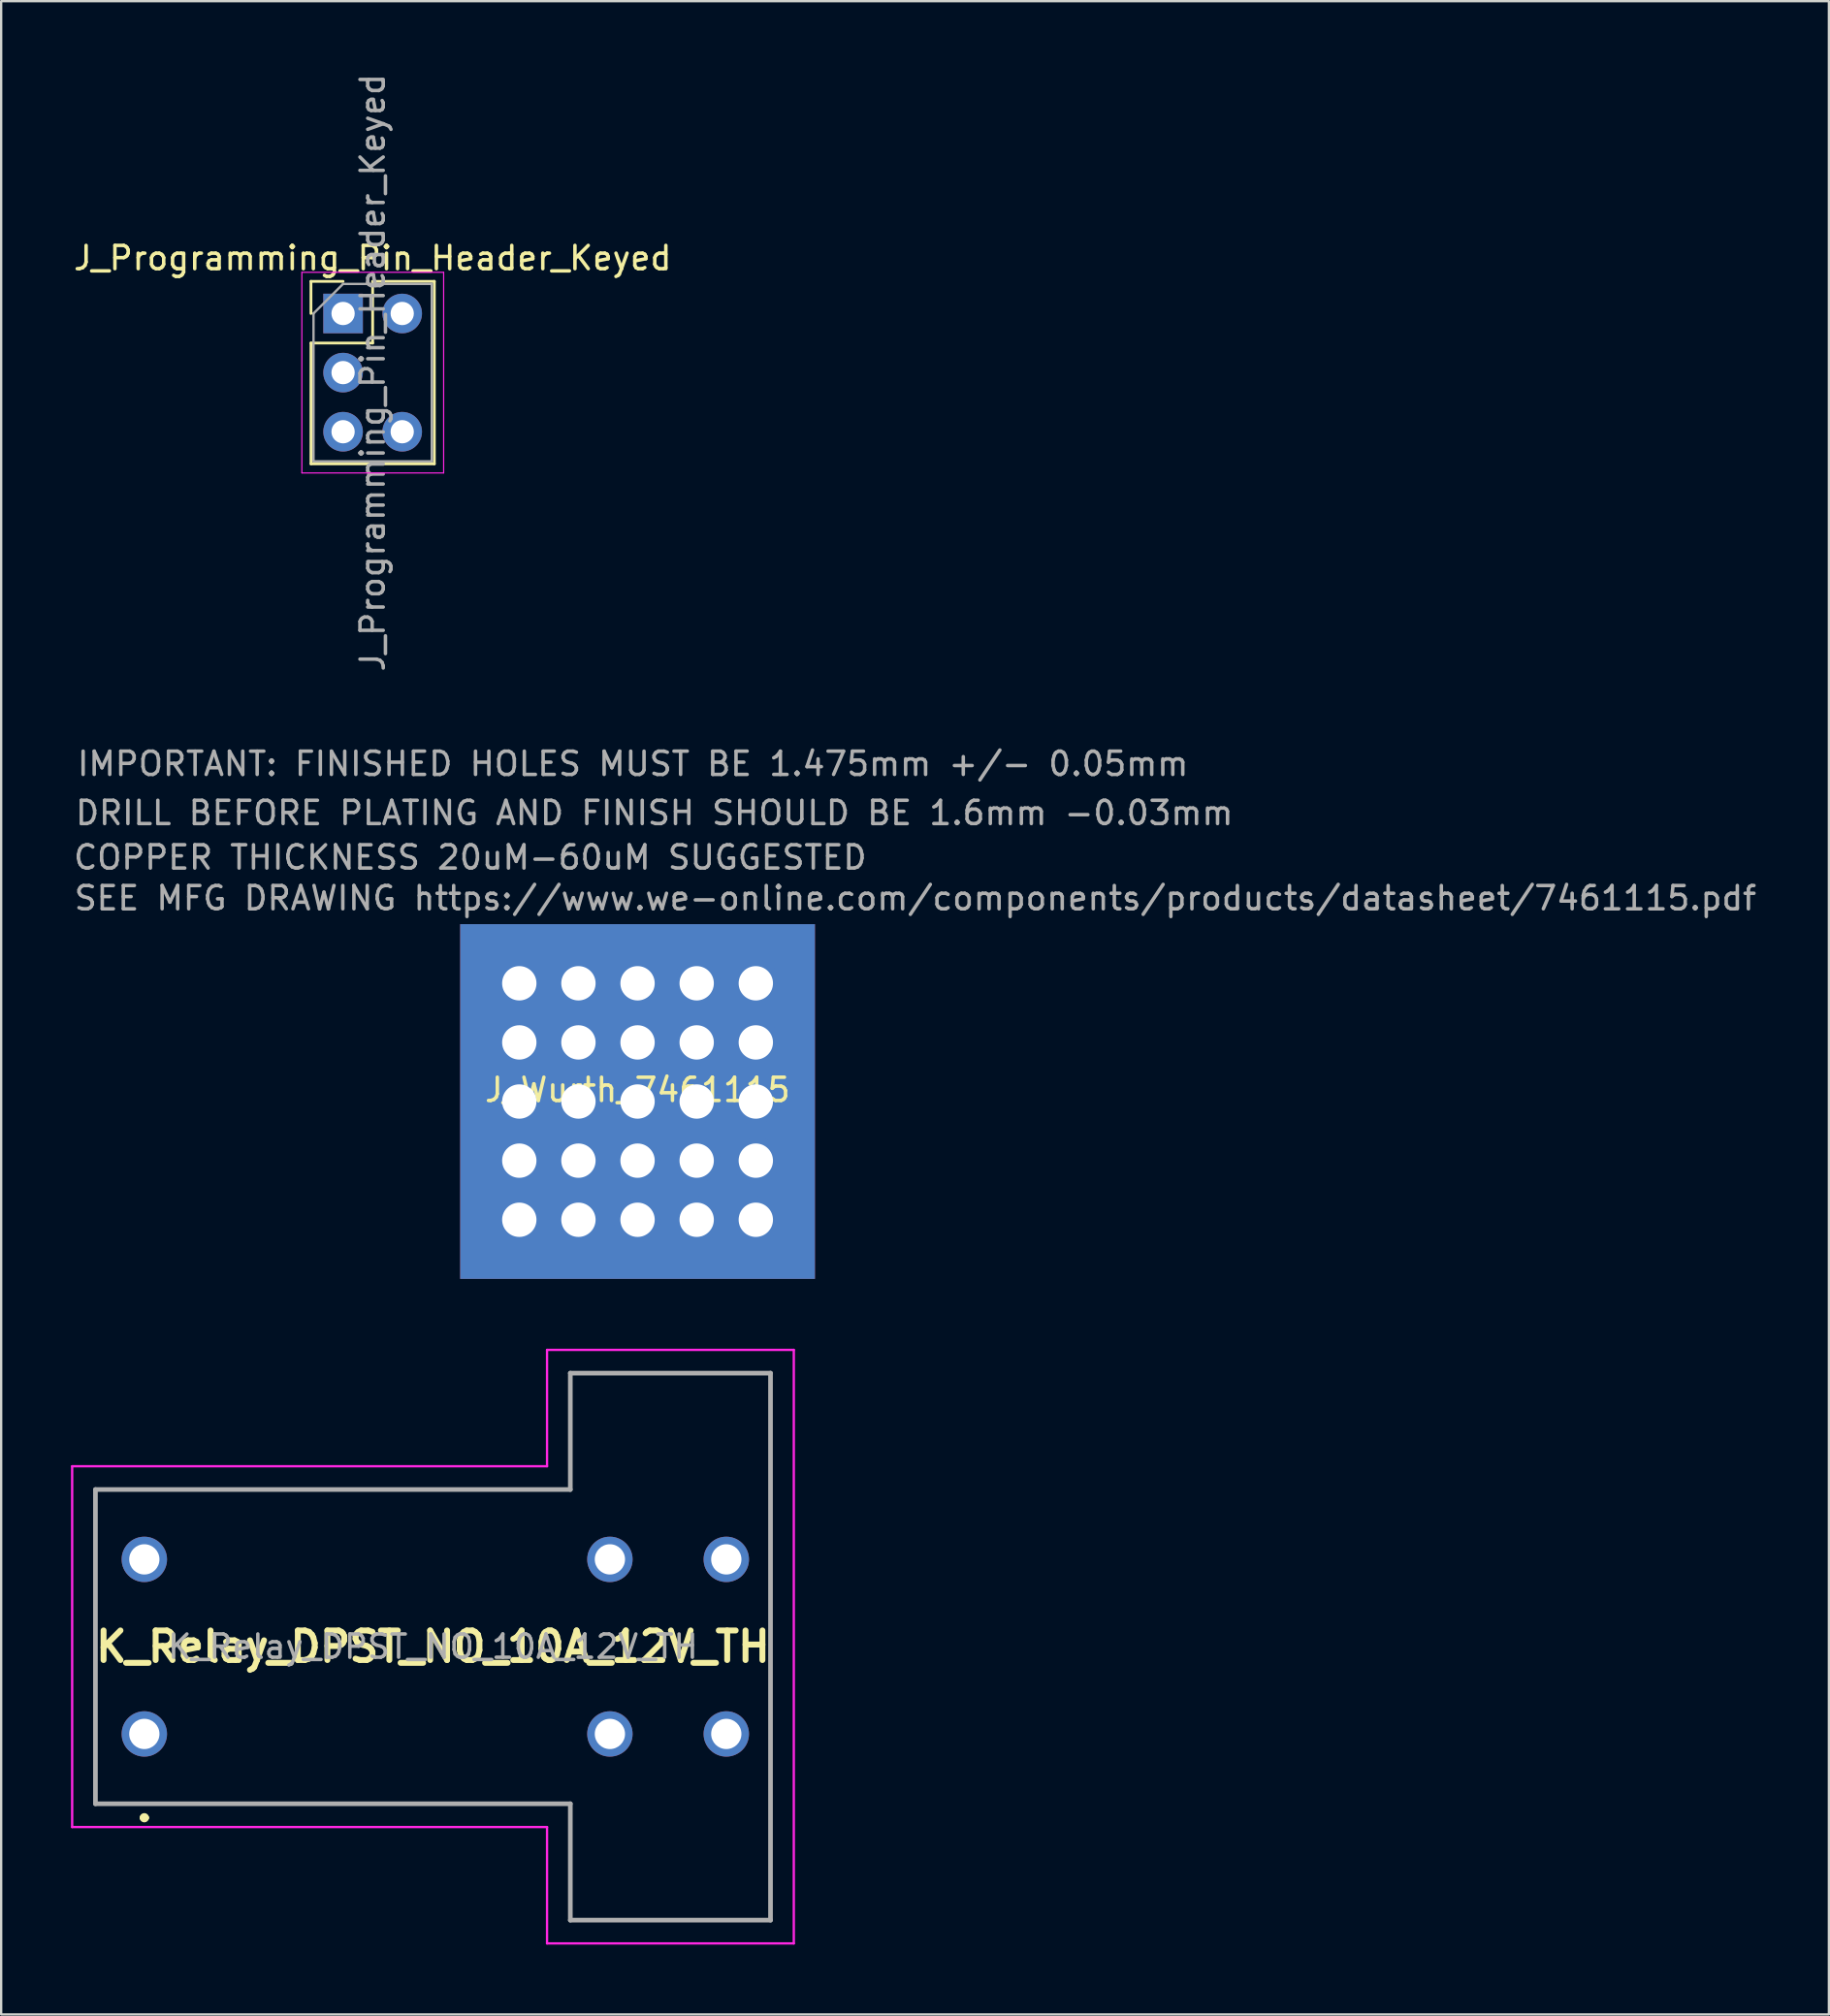
<source format=kicad_pcb>
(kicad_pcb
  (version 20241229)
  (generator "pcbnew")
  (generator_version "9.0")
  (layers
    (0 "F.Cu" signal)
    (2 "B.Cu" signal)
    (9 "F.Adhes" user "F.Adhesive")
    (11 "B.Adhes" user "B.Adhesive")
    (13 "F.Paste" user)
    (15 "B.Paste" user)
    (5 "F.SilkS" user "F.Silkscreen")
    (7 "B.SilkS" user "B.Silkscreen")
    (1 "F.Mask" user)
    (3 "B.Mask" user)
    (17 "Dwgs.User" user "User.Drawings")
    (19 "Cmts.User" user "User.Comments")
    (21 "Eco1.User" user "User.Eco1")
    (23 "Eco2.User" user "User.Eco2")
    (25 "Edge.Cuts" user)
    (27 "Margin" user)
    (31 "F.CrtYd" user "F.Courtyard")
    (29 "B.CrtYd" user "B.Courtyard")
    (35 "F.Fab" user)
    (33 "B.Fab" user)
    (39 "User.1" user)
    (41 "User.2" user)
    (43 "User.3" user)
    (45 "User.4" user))
  (footprint "J_Programming_Pin_Header_Keyed"
    (layer "F.Cu")
    (at 11.688 10.418)
    (property "Reference" "J_Programming_Pin_Header_Keyed" (at 1.27 -2.38 0) (layer "F.SilkS") (effects (font (size 1 1) (thickness 0.15))))
    (attr through_hole)
    (fp_line (start -1.38 -1.38) (end 0 -1.38) (stroke (width 0.12) (type solid)) (layer "F.SilkS"))
    (fp_line (start -1.38 0) (end -1.38 -1.38) (stroke (width 0.12) (type solid)) (layer "F.SilkS"))
    (fp_line (start -1.38 1.27) (end -1.38 6.46) (stroke (width 0.12) (type solid)) (layer "F.SilkS"))
    (fp_line (start -1.38 1.27) (end 1.27 1.27) (stroke (width 0.12) (type solid)) (layer "F.SilkS"))
    (fp_line (start -1.38 6.46) (end 3.92 6.46) (stroke (width 0.12) (type solid)) (layer "F.SilkS"))
    (fp_line (start 1.27 -1.38) (end 3.92 -1.38) (stroke (width 0.12) (type solid)) (layer "F.SilkS"))
    (fp_line (start 1.27 1.27) (end 1.27 -1.38) (stroke (width 0.12) (type solid)) (layer "F.SilkS"))
    (fp_line (start 3.92 -1.38) (end 3.92 6.46) (stroke (width 0.12) (type solid)) (layer "F.SilkS"))
    (fp_line (start -1.77 -1.77) (end -1.77 6.85) (stroke (width 0.05) (type solid)) (layer "F.CrtYd"))
    (fp_line (start -1.77 6.85) (end 4.32 6.85) (stroke (width 0.05) (type solid)) (layer "F.CrtYd"))
    (fp_line (start 4.32 -1.77) (end -1.77 -1.77) (stroke (width 0.05) (type solid)) (layer "F.CrtYd"))
    (fp_line (start 4.32 6.85) (end 4.32 -1.77) (stroke (width 0.05) (type solid)) (layer "F.CrtYd"))
    (fp_line (start -1.27 0) (end 0 -1.27) (stroke (width 0.1) (type solid)) (layer "F.Fab"))
    (fp_line (start -1.27 6.35) (end -1.27 0) (stroke (width 0.1) (type solid)) (layer "F.Fab"))
    (fp_line (start 0 -1.27) (end 3.81 -1.27) (stroke (width 0.1) (type solid)) (layer "F.Fab"))
    (fp_line (start 3.81 -1.27) (end 3.81 6.35) (stroke (width 0.1) (type solid)) (layer "F.Fab"))
    (fp_line (start 3.81 6.35) (end -1.27 6.35) (stroke (width 0.1) (type solid)) (layer "F.Fab"))
    (fp_text user "${REFERENCE}" (at 1.27 2.54 90) (layer "F.Fab") (effects (font (size 1 1) (thickness 0.15))))
    (pad "1" thru_hole rect (at 0 0) (size 1.7 1.7) (drill 1) (layers "*.Cu" "*.Mask"))
    (pad "2" thru_hole circle (at 2.54 0) (size 1.7 1.7) (drill 1) (layers "*.Cu" "*.Mask"))
    (pad "3" thru_hole circle (at 0 2.54) (size 1.7 1.7) (drill 1) (layers "*.Cu" "*.Mask"))
    (pad "4" thru_hole circle (at 0 5.08) (size 1.7 1.7) (drill 1) (layers "*.Cu" "*.Mask"))
    (pad "5" thru_hole circle (at 2.54 5.08) (size 1.7 1.7) (drill 1) (layers "*.Cu" "*.Mask")))
  (footprint "K_Relay_DPST_NO_10A_12V_TH"
    (layer "F.Cu")
    (at 3.15 71.444)
    (property "Reference" "K_Relay_DPST_NO_10A_12V_TH" (at 12.4 -3.75 0) (layer "F.SilkS") (effects (font (size 1.27 1.27) (thickness 0.254))))
    (attr through_hole)
    (fp_line (start -2.1 -10.5) (end -2.1 3) (stroke (width 0.1) (type solid)) (layer "F.SilkS"))
    (fp_line (start -2.1 3) (end 18.3 3) (stroke (width 0.1) (type solid)) (layer "F.SilkS"))
    (fp_line (start -0.1 3.6) (end -0.1 3.6) (stroke (width 0.2) (type solid)) (layer "F.SilkS"))
    (fp_line (start 0.1 3.6) (end 0.1 3.6) (stroke (width 0.2) (type solid)) (layer "F.SilkS"))
    (fp_line (start 18.3 -15.5) (end 18.3 -10.5) (stroke (width 0.1) (type solid)) (layer "F.SilkS"))
    (fp_line (start 18.3 -10.5) (end -2.1 -10.5) (stroke (width 0.1) (type solid)) (layer "F.SilkS"))
    (fp_line (start 18.3 3) (end 18.3 8) (stroke (width 0.1) (type solid)) (layer "F.SilkS"))
    (fp_line (start 18.3 8) (end 26.9 8) (stroke (width 0.1) (type solid)) (layer "F.SilkS"))
    (fp_line (start 26.9 -15.5) (end 18.3 -15.5) (stroke (width 0.1) (type solid)) (layer "F.SilkS"))
    (fp_line (start 26.9 8) (end 26.9 -15.5) (stroke (width 0.1) (type solid)) (layer "F.SilkS"))
    (fp_arc (start -0.1 3.6) (mid 0 3.5) (end 0.1 3.6) (stroke (width 0.2) (type solid)) (layer "F.SilkS"))
    (fp_arc (start 0.1 3.6) (mid 0 3.7) (end -0.1 3.6) (stroke (width 0.2) (type solid)) (layer "F.SilkS"))
    (fp_line (start -3.1 -11.5) (end 17.3 -11.5) (stroke (width 0.1) (type solid)) (layer "F.CrtYd"))
    (fp_line (start -3.1 4) (end -3.1 -11.5) (stroke (width 0.1) (type solid)) (layer "F.CrtYd"))
    (fp_line (start 17.3 -16.5) (end 27.9 -16.5) (stroke (width 0.1) (type solid)) (layer "F.CrtYd"))
    (fp_line (start 17.3 -11.5) (end 17.3 -16.5) (stroke (width 0.1) (type solid)) (layer "F.CrtYd"))
    (fp_line (start 17.3 4) (end -3.1 4) (stroke (width 0.1) (type solid)) (layer "F.CrtYd"))
    (fp_line (start 17.3 9) (end 17.3 4) (stroke (width 0.1) (type solid)) (layer "F.CrtYd"))
    (fp_line (start 27.9 -16.5) (end 27.9 9) (stroke (width 0.1) (type solid)) (layer "F.CrtYd"))
    (fp_line (start 27.9 9) (end 17.3 9) (stroke (width 0.1) (type solid)) (layer "F.CrtYd"))
    (fp_line (start -2.1 -10.5) (end -2.1 3) (stroke (width 0.2) (type solid)) (layer "F.Fab"))
    (fp_line (start -2.1 3) (end 18.3 3) (stroke (width 0.2) (type solid)) (layer "F.Fab"))
    (fp_line (start 18.3 -15.5) (end 18.3 -10.5) (stroke (width 0.2) (type solid)) (layer "F.Fab"))
    (fp_line (start 18.3 -10.5) (end -2.1 -10.5) (stroke (width 0.2) (type solid)) (layer "F.Fab"))
    (fp_line (start 18.3 3) (end 18.3 8) (stroke (width 0.2) (type solid)) (layer "F.Fab"))
    (fp_line (start 18.3 8) (end 26.9 8) (stroke (width 0.2) (type solid)) (layer "F.Fab"))
    (fp_line (start 26.9 -15.5) (end 18.3 -15.5) (stroke (width 0.2) (type solid)) (layer "F.Fab"))
    (fp_line (start 26.9 8) (end 26.9 -15.5) (stroke (width 0.2) (type solid)) (layer "F.Fab"))
    (fp_text user "${REFERENCE}" (at 12.4 -3.75 0) (layer "F.Fab") (effects (font (size 1 1) (thickness 0.15))))
    (pad "1" thru_hole circle (at 0 0) (size 1.95 1.95) (drill 1.3) (layers "*.Cu" "*.Mask"))
    (pad "3" thru_hole circle (at 20 0) (size 1.95 1.95) (drill 1.3) (layers "*.Cu" "*.Mask"))
    (pad "4" thru_hole circle (at 25 0) (size 1.95 1.95) (drill 1.3) (layers "*.Cu" "*.Mask"))
    (pad "5" thru_hole circle (at 25 -7.5) (size 1.95 1.95) (drill 1.3) (layers "*.Cu" "*.Mask"))
    (pad "6" thru_hole circle (at 20 -7.5) (size 1.95 1.95) (drill 1.3) (layers "*.Cu" "*.Mask"))
    (pad "8" thru_hole circle (at 0 -7.5) (size 1.95 1.95) (drill 1.3) (layers "*.Cu" "*.Mask")))
  (footprint "J_Wurth_7461115"
    (layer "F.Cu")
    (at 24.338 44.274)
    (property "Reference" "J_Wurth_7461115" (at 0 -0.5 0) (unlocked yes) (layer "F.SilkS") (effects (font (size 1 1) (thickness 0.15))))
    (attr through_hole)
    (fp_text user "IMPORTANT: FINISHED HOLES MUST BE 1.475mm +/- 0.05mm" (at -0.198 -14.509 0) (unlocked yes) (layer "F.Fab") (effects (font (size 1 1) (thickness 0.15))))
    (fp_text user "DRILL BEFORE PLATING AND FINISH SHOULD BE 1.6mm -0.03mm" (at 0.725 -12.398 0) (unlocked yes) (layer "F.Fab") (effects (font (size 1 1) (thickness 0.15))))
    (fp_text user "SEE MFG DRAWING https://www.we-online.com/components/products/datasheet/7461115.pdf" (at 11.934 -8.736 0) (unlocked yes) (layer "F.Fab") (effects (font (size 1 1) (thickness 0.15))))
    (fp_text user "COPPER THICKNESS 20uM-60uM SUGGESTED" (at -7.189 -10.486 0) (unlocked yes) (layer "F.Fab") (effects (font (size 1 1) (thickness 0.15))))
    (pad "1" thru_hole circle (at -5.08 -5.08) (size 2 2) (drill 1.475) (layers "*.Cu" "*.Mask"))
    (pad "1" thru_hole circle (at -5.08 -2.54) (size 2 2) (drill 1.475) (layers "*.Cu" "*.Mask"))
    (pad "1" thru_hole circle (at -5.08 0) (size 2 2) (drill 1.475) (layers "*.Cu" "*.Mask"))
    (pad "1" thru_hole circle (at -5.08 2.54) (size 2 2) (drill 1.475) (layers "*.Cu" "*.Mask"))
    (pad "1" thru_hole circle (at -5.08 5.08) (size 2 2) (drill 1.475) (layers "*.Cu" "*.Mask"))
    (pad "1" thru_hole circle (at -2.54 -5.08) (size 2 2) (drill 1.475) (layers "*.Cu" "*.Mask"))
    (pad "1" thru_hole circle (at -2.54 -2.54) (size 2 2) (drill 1.475) (layers "*.Cu" "*.Mask"))
    (pad "1" thru_hole circle (at -2.54 0) (size 2 2) (drill 1.475) (layers "*.Cu" "*.Mask"))
    (pad "1" thru_hole circle (at -2.54 2.54) (size 2 2) (drill 1.475) (layers "*.Cu" "*.Mask"))
    (pad "1" thru_hole circle (at -2.54 5.08) (size 2 2) (drill 1.475) (layers "*.Cu" "*.Mask"))
    (pad "1" thru_hole circle (at 0 -5.08) (size 2 2) (drill 1.475) (layers "*.Cu" "*.Mask"))
    (pad "1" thru_hole circle (at 0 -2.54) (size 2 2) (drill 1.475) (layers "*.Cu" "*.Mask"))
    (pad "1" thru_hole circle (at 0 0) (size 2 2) (drill 1.475) (layers "*.Cu" "*.Mask"))
    (pad "1" smd rect (at 0 0) (size 15.24 15.24) (layers "F.Cu" "F.Mask"))
    (pad "1" smd rect (at 0 0) (size 15.24 15.24) (layers "B.Cu"))
    (pad "1" thru_hole circle (at 0 2.54) (size 2 2) (drill 1.475) (layers "*.Cu" "*.Mask"))
    (pad "1" thru_hole circle (at 0 5.08) (size 2 2) (drill 1.475) (layers "*.Cu" "*.Mask"))
    (pad "1" thru_hole circle (at 2.54 -5.08) (size 2 2) (drill 1.475) (layers "*.Cu" "*.Mask"))
    (pad "1" thru_hole circle (at 2.54 -2.54) (size 2 2) (drill 1.475) (layers "*.Cu" "*.Mask"))
    (pad "1" thru_hole circle (at 2.54 0) (size 2 2) (drill 1.475) (layers "*.Cu" "*.Mask"))
    (pad "1" thru_hole circle (at 2.54 2.54) (size 2 2) (drill 1.475) (layers "*.Cu" "*.Mask"))
    (pad "1" thru_hole circle (at 2.54 5.08) (size 2 2) (drill 1.475) (layers "*.Cu" "*.Mask"))
    (pad "1" thru_hole circle (at 5.08 -5.08) (size 2 2) (drill 1.475) (layers "*.Cu" "*.Mask"))
    (pad "1" thru_hole circle (at 5.08 -2.54) (size 2 2) (drill 1.475) (layers "*.Cu" "*.Mask"))
    (pad "1" thru_hole circle (at 5.08 0) (size 2 2) (drill 1.475) (layers "*.Cu" "*.Mask"))
    (pad "1" thru_hole circle (at 5.08 2.54) (size 2 2) (drill 1.475) (layers "*.Cu" "*.Mask"))
    (pad "1" thru_hole circle (at 5.08 5.08) (size 2 2) (drill 1.475) (layers "*.Cu" "*.Mask")))
  (gr_rect
    (start -3 -3)
    (end 75.516 83.494)
    (stroke (width 0.1) (type default))
    (fill no)
    (layer "Edge.Cuts")))
</source>
